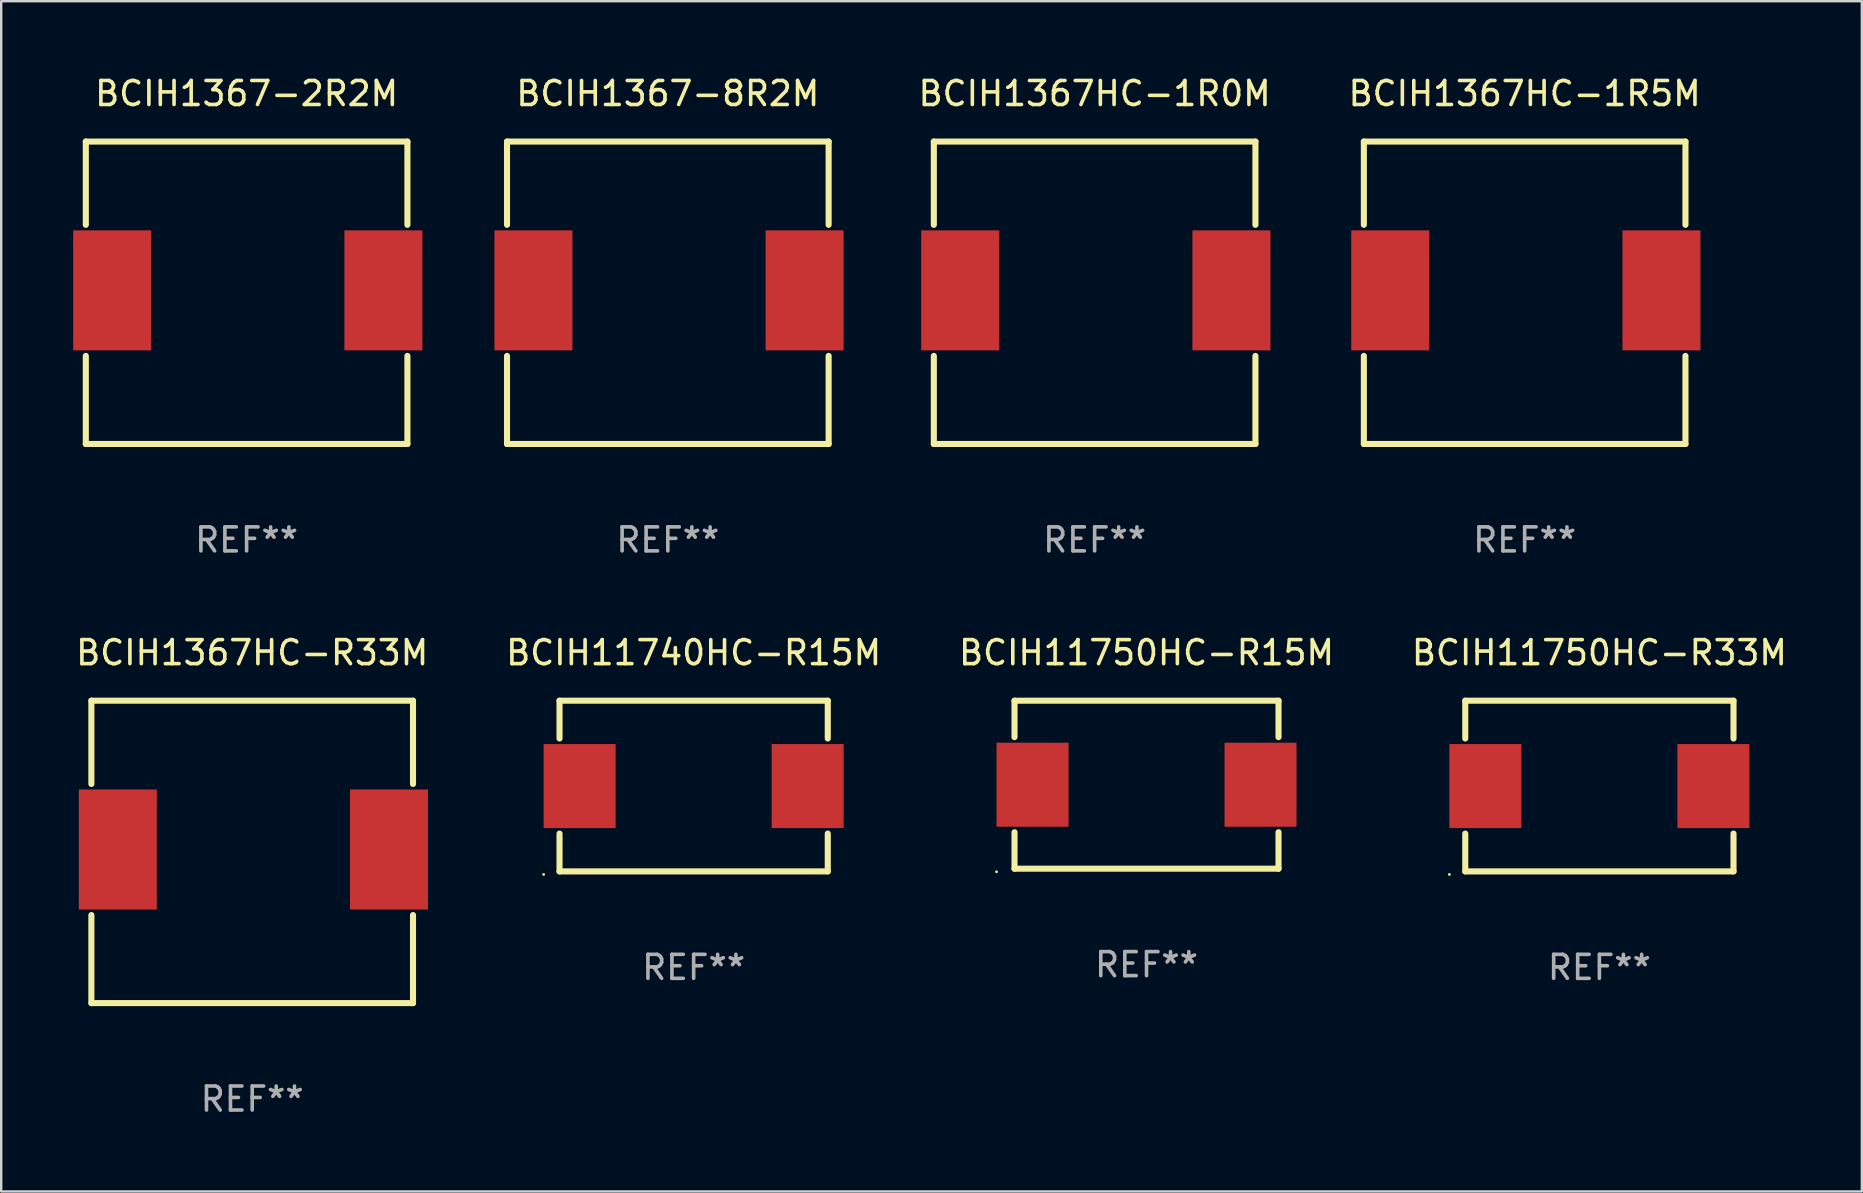
<source format=kicad_pcb>
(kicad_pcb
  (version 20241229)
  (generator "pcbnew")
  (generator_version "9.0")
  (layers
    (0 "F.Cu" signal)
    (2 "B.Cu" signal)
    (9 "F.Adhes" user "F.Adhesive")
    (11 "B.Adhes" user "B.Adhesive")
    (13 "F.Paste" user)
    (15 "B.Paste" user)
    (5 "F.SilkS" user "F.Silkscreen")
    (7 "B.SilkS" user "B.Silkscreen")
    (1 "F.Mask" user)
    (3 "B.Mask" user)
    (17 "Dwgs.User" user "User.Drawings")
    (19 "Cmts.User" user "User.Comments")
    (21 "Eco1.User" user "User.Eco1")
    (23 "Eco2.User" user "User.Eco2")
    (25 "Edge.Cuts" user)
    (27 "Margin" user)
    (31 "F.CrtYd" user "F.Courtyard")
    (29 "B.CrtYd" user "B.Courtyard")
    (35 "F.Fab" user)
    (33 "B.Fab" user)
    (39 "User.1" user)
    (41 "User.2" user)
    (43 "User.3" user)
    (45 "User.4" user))
  (footprint "BCIH1367HC-R33M"
    (layer "F.Cu")
    (at 7.458 32.445)
    (property "Reference" "BCIH1367HC-R33M" (at 0 -8.3 0) (layer "F.SilkS") (effects (font (size 1 1) (thickness 0.15))))
    (attr through_hole)
    (fp_line (start -6.7 -6.3) (end 6.7 -6.3) (stroke (width 0.254) (type solid)) (layer "F.SilkS"))
    (fp_line (start -6.7 -2.831) (end -6.7 -6.3) (stroke (width 0.254) (type solid)) (layer "F.SilkS"))
    (fp_line (start -6.7 6.3) (end -6.7 2.631) (stroke (width 0.254) (type solid)) (layer "F.SilkS"))
    (fp_line (start -6.7 6.3) (end 6.7 6.3) (stroke (width 0.254) (type solid)) (layer "F.SilkS"))
    (fp_line (start 6.7 -6.3) (end 6.7 -2.831) (stroke (width 0.254) (type solid)) (layer "F.SilkS"))
    (fp_line (start 6.7 2.631) (end 6.7 6.3) (stroke (width 0.254) (type solid)) (layer "F.SilkS"))
    (fp_circle (center -6.65 6.2) (end -6.62 6.2) (stroke (width 0.06) (type solid)) (fill no) (layer "F.SilkS"))
    (fp_text user "REF**" (at 0 10.3 0) (layer "F.Fab") (effects (font (size 1 1) (thickness 0.15))))
    (pad "1" smd rect (at -5.6 -0.1 90) (size 5 3.25) (layers "F.Cu" "F.Mask" "F.Paste"))
    (pad "2" smd rect (at 5.7 -0.1 90) (size 5 3.25) (layers "F.Cu" "F.Mask" "F.Paste")))
  (footprint "BCIH1367-8R2M"
    (layer "F.Cu")
    (at 24.775 9.148)
    (property "Reference" "BCIH1367-8R2M" (at 0 -8.3 0) (layer "F.SilkS") (effects (font (size 1 1) (thickness 0.15))))
    (attr through_hole)
    (fp_line (start -6.7 -6.3) (end 6.7 -6.3) (stroke (width 0.254) (type solid)) (layer "F.SilkS"))
    (fp_line (start -6.7 -2.831) (end -6.7 -6.3) (stroke (width 0.254) (type solid)) (layer "F.SilkS"))
    (fp_line (start -6.7 6.3) (end -6.7 2.631) (stroke (width 0.254) (type solid)) (layer "F.SilkS"))
    (fp_line (start -6.7 6.3) (end 6.7 6.3) (stroke (width 0.254) (type solid)) (layer "F.SilkS"))
    (fp_line (start 6.7 -6.3) (end 6.7 -2.831) (stroke (width 0.254) (type solid)) (layer "F.SilkS"))
    (fp_line (start 6.7 2.631) (end 6.7 6.3) (stroke (width 0.254) (type solid)) (layer "F.SilkS"))
    (fp_circle (center -6.65 6.2) (end -6.62 6.2) (stroke (width 0.06) (type solid)) (fill no) (layer "F.SilkS"))
    (fp_text user "REF**" (at 0 10.3 0) (layer "F.Fab") (effects (font (size 1 1) (thickness 0.15))))
    (pad "1" smd rect (at -5.6 -0.1 90) (size 5 3.25) (layers "F.Cu" "F.Mask" "F.Paste"))
    (pad "2" smd rect (at 5.7 -0.1 90) (size 5 3.25) (layers "F.Cu" "F.Mask" "F.Paste")))
  (footprint "BCIH11750HC-R33M"
    (layer "F.Cu")
    (at 63.589 29.701)
    (property "Reference" "BCIH11750HC-R33M" (at 0 -5.556 0) (layer "F.SilkS") (effects (font (size 1 1) (thickness 0.15))))
    (attr through_hole)
    (fp_line (start -5.588 -3.556) (end -5.588 -1.981) (stroke (width 0.254) (type solid)) (layer "F.SilkS"))
    (fp_line (start -5.588 1.981) (end -5.588 3.556) (stroke (width 0.254) (type solid)) (layer "F.SilkS"))
    (fp_line (start -5.588 3.556) (end 5.588 3.556) (stroke (width 0.254) (type solid)) (layer "F.SilkS"))
    (fp_line (start 5.588 -3.556) (end -5.588 -3.556) (stroke (width 0.254) (type solid)) (layer "F.SilkS"))
    (fp_line (start 5.588 -1.981) (end 5.588 -3.556) (stroke (width 0.254) (type solid)) (layer "F.SilkS"))
    (fp_line (start 5.588 3.556) (end 5.588 1.981) (stroke (width 0.254) (type solid)) (layer "F.SilkS"))
    (fp_circle (center -6.25 3.683) (end -6.22 3.683) (stroke (width 0.06) (type solid)) (fill no) (layer "F.SilkS"))
    (fp_text user "REF**" (at 0 7.556 0) (layer "F.Fab") (effects (font (size 1 1) (thickness 0.15))))
    (pad "1" smd rect (at -4.75 0) (size 3 3.5) (layers "F.Cu" "F.Mask" "F.Paste"))
    (pad "2" smd rect (at 4.75 0) (size 3 3.5) (layers "F.Cu" "F.Mask" "F.Paste")))
  (footprint "BCIH1367-2R2M"
    (layer "F.Cu")
    (at 7.225 9.148)
    (property "Reference" "BCIH1367-2R2M" (at 0 -8.3 0) (layer "F.SilkS") (effects (font (size 1 1) (thickness 0.15))))
    (attr through_hole)
    (fp_line (start -6.7 -6.3) (end 6.7 -6.3) (stroke (width 0.254) (type solid)) (layer "F.SilkS"))
    (fp_line (start -6.7 -2.831) (end -6.7 -6.3) (stroke (width 0.254) (type solid)) (layer "F.SilkS"))
    (fp_line (start -6.7 6.3) (end -6.7 2.631) (stroke (width 0.254) (type solid)) (layer "F.SilkS"))
    (fp_line (start -6.7 6.3) (end 6.7 6.3) (stroke (width 0.254) (type solid)) (layer "F.SilkS"))
    (fp_line (start 6.7 -6.3) (end 6.7 -2.831) (stroke (width 0.254) (type solid)) (layer "F.SilkS"))
    (fp_line (start 6.7 2.631) (end 6.7 6.3) (stroke (width 0.254) (type solid)) (layer "F.SilkS"))
    (fp_circle (center -6.65 6.2) (end -6.62 6.2) (stroke (width 0.06) (type solid)) (fill no) (layer "F.SilkS"))
    (fp_text user "REF**" (at 0 10.3 0) (layer "F.Fab") (effects (font (size 1 1) (thickness 0.15))))
    (pad "1" smd rect (at -5.6 -0.1 90) (size 5 3.25) (layers "F.Cu" "F.Mask" "F.Paste"))
    (pad "2" smd rect (at 5.7 -0.1 90) (size 5 3.25) (layers "F.Cu" "F.Mask" "F.Paste")))
  (footprint "BCIH1367HC-1R0M"
    (layer "F.Cu")
    (at 42.558 9.148)
    (property "Reference" "BCIH1367HC-1R0M" (at 0 -8.3 0) (layer "F.SilkS") (effects (font (size 1 1) (thickness 0.15))))
    (attr through_hole)
    (fp_line (start -6.7 -6.3) (end 6.7 -6.3) (stroke (width 0.254) (type solid)) (layer "F.SilkS"))
    (fp_line (start -6.7 -2.831) (end -6.7 -6.3) (stroke (width 0.254) (type solid)) (layer "F.SilkS"))
    (fp_line (start -6.7 6.3) (end -6.7 2.631) (stroke (width 0.254) (type solid)) (layer "F.SilkS"))
    (fp_line (start -6.7 6.3) (end 6.7 6.3) (stroke (width 0.254) (type solid)) (layer "F.SilkS"))
    (fp_line (start 6.7 -6.3) (end 6.7 -2.831) (stroke (width 0.254) (type solid)) (layer "F.SilkS"))
    (fp_line (start 6.7 2.631) (end 6.7 6.3) (stroke (width 0.254) (type solid)) (layer "F.SilkS"))
    (fp_circle (center -6.65 6.2) (end -6.62 6.2) (stroke (width 0.06) (type solid)) (fill no) (layer "F.SilkS"))
    (fp_text user "REF**" (at 0 10.3 0) (layer "F.Fab") (effects (font (size 1 1) (thickness 0.15))))
    (pad "1" smd rect (at -5.6 -0.1 90) (size 5 3.25) (layers "F.Cu" "F.Mask" "F.Paste"))
    (pad "2" smd rect (at 5.7 -0.1 90) (size 5 3.25) (layers "F.Cu" "F.Mask" "F.Paste")))
  (footprint "BCIH11740HC-R15M"
    (layer "F.Cu")
    (at 25.851 29.701)
    (property "Reference" "BCIH11740HC-R15M" (at 0 -5.556 0) (layer "F.SilkS") (effects (font (size 1 1) (thickness 0.15))))
    (attr through_hole)
    (fp_line (start -5.588 -3.556) (end -5.588 -1.981) (stroke (width 0.254) (type solid)) (layer "F.SilkS"))
    (fp_line (start -5.588 1.981) (end -5.588 3.556) (stroke (width 0.254) (type solid)) (layer "F.SilkS"))
    (fp_line (start -5.588 3.556) (end 5.588 3.556) (stroke (width 0.254) (type solid)) (layer "F.SilkS"))
    (fp_line (start 5.588 -3.556) (end -5.588 -3.556) (stroke (width 0.254) (type solid)) (layer "F.SilkS"))
    (fp_line (start 5.588 -1.981) (end 5.588 -3.556) (stroke (width 0.254) (type solid)) (layer "F.SilkS"))
    (fp_line (start 5.588 3.556) (end 5.588 1.981) (stroke (width 0.254) (type solid)) (layer "F.SilkS"))
    (fp_circle (center -6.25 3.683) (end -6.22 3.683) (stroke (width 0.06) (type solid)) (fill no) (layer "F.SilkS"))
    (fp_text user "REF**" (at 0 7.556 0) (layer "F.Fab") (effects (font (size 1 1) (thickness 0.15))))
    (pad "1" smd rect (at -4.75 0) (size 3 3.5) (layers "F.Cu" "F.Mask" "F.Paste"))
    (pad "2" smd rect (at 4.75 0) (size 3 3.5) (layers "F.Cu" "F.Mask" "F.Paste")))
  (footprint "BCIH11750HC-R15M"
    (layer "F.Cu")
    (at 44.72 29.645)
    (property "Reference" "BCIH11750HC-R15M" (at 0 -5.5 0) (layer "F.SilkS") (effects (font (size 1 1) (thickness 0.15))))
    (attr through_hole)
    (fp_line (start -5.5 -3.5) (end -5.5 -1.981) (stroke (width 0.254) (type solid)) (layer "F.SilkS"))
    (fp_line (start -5.5 -3.5) (end 5.5 -3.5) (stroke (width 0.254) (type solid)) (layer "F.SilkS"))
    (fp_line (start -5.5 1.981) (end -5.5 3.5) (stroke (width 0.254) (type solid)) (layer "F.SilkS"))
    (fp_line (start -5.5 3.5) (end 5.5 3.5) (stroke (width 0.254) (type solid)) (layer "F.SilkS"))
    (fp_line (start 5.5 -3.5) (end 5.5 -1.981) (stroke (width 0.254) (type solid)) (layer "F.SilkS"))
    (fp_line (start 5.5 1.981) (end 5.5 3.5) (stroke (width 0.254) (type solid)) (layer "F.SilkS"))
    (fp_circle (center -6.25 3.627) (end -6.22 3.627) (stroke (width 0.06) (type solid)) (fill no) (layer "F.SilkS"))
    (fp_text user "REF**" (at 0 7.5 0) (layer "F.Fab") (effects (font (size 1 1) (thickness 0.15))))
    (pad "1" smd rect (at -4.75 0) (size 3 3.5) (layers "F.Cu" "F.Mask" "F.Paste"))
    (pad "2" smd rect (at 4.75 0) (size 3 3.5) (layers "F.Cu" "F.Mask" "F.Paste")))
  (footprint "BCIH1367HC-1R5M"
    (layer "F.Cu")
    (at 60.475 9.148)
    (property "Reference" "BCIH1367HC-1R5M" (at 0 -8.3 0) (layer "F.SilkS") (effects (font (size 1 1) (thickness 0.15))))
    (attr through_hole)
    (fp_line (start -6.7 -6.3) (end 6.7 -6.3) (stroke (width 0.254) (type solid)) (layer "F.SilkS"))
    (fp_line (start -6.7 -2.831) (end -6.7 -6.3) (stroke (width 0.254) (type solid)) (layer "F.SilkS"))
    (fp_line (start -6.7 6.3) (end -6.7 2.631) (stroke (width 0.254) (type solid)) (layer "F.SilkS"))
    (fp_line (start -6.7 6.3) (end 6.7 6.3) (stroke (width 0.254) (type solid)) (layer "F.SilkS"))
    (fp_line (start 6.7 -6.3) (end 6.7 -2.831) (stroke (width 0.254) (type solid)) (layer "F.SilkS"))
    (fp_line (start 6.7 2.631) (end 6.7 6.3) (stroke (width 0.254) (type solid)) (layer "F.SilkS"))
    (fp_circle (center -6.65 6.2) (end -6.62 6.2) (stroke (width 0.06) (type solid)) (fill no) (layer "F.SilkS"))
    (fp_text user "REF**" (at 0 10.3 0) (layer "F.Fab") (effects (font (size 1 1) (thickness 0.15))))
    (pad "1" smd rect (at -5.6 -0.1 90) (size 5 3.25) (layers "F.Cu" "F.Mask" "F.Paste"))
    (pad "2" smd rect (at 5.7 -0.1 90) (size 5 3.25) (layers "F.Cu" "F.Mask" "F.Paste")))
  (gr_rect
    (start -3 -3)
    (end 74.524 46.593)
    (stroke (width 0.1) (type default))
    (fill no)
    (layer "Edge.Cuts")))
</source>
